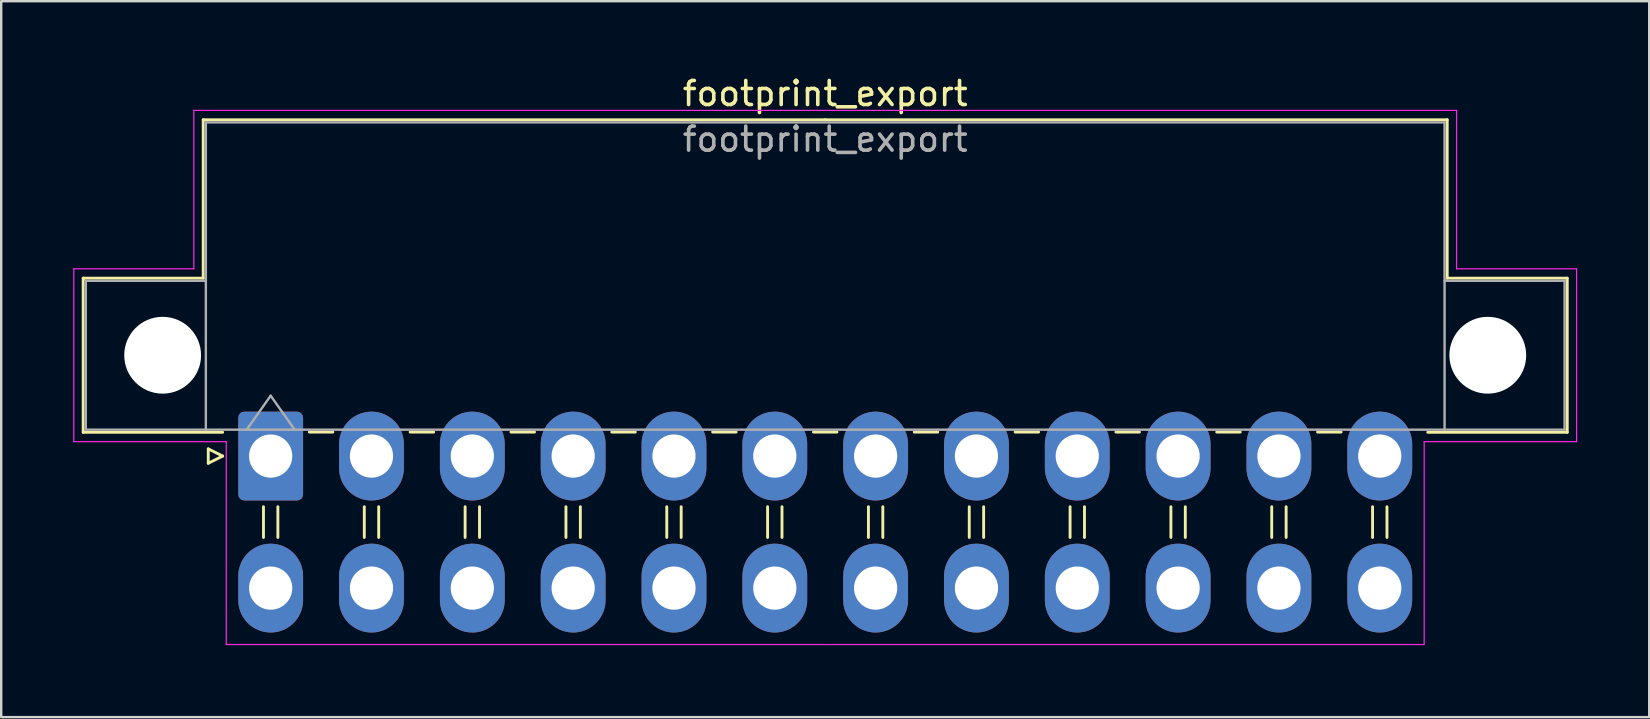
<source format=kicad_pcb>
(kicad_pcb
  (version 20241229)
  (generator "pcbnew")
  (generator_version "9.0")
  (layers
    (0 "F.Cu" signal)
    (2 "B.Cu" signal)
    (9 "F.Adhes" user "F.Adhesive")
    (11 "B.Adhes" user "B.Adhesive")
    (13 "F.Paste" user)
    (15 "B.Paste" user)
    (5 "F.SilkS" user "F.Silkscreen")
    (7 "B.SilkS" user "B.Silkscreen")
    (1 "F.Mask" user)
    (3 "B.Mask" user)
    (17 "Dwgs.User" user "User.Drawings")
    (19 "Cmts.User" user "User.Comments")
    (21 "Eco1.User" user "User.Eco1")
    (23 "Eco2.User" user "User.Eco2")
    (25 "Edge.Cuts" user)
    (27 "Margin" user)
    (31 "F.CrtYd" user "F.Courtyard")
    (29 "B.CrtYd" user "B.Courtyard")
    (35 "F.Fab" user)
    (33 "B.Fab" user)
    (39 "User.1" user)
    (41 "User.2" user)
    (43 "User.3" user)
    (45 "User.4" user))
  (footprint "footprint_export"
    (layer "F.Cu")
    (at 8.225 15.948)
    (property "Reference" "footprint_export" (at 23.1 -15.1 0) (layer "F.SilkS") (effects (font (size 1 1) (thickness 0.15))))
    (attr through_hole)
    (fp_line (start -7.81 -7.41) (end -7.81 -0.99) (stroke (width 0.12) (type solid)) (layer "F.SilkS"))
    (fp_line (start -7.81 -0.99) (end -2 -0.99) (stroke (width 0.12) (type solid)) (layer "F.SilkS"))
    (fp_line (start -2.81 -14.01) (end -2.81 -7.41) (stroke (width 0.12) (type solid)) (layer "F.SilkS"))
    (fp_line (start -2.81 -7.41) (end -7.81 -7.41) (stroke (width 0.12) (type solid)) (layer "F.SilkS"))
    (fp_line (start -2.6 -0.3) (end -2 0) (stroke (width 0.12) (type solid)) (layer "F.SilkS"))
    (fp_line (start -2.6 0.3) (end -2.6 -0.3) (stroke (width 0.12) (type solid)) (layer "F.SilkS"))
    (fp_line (start -2 0) (end -2.6 0.3) (stroke (width 0.12) (type solid)) (layer "F.SilkS"))
    (fp_line (start -0.3 2.11) (end -0.3 3.39) (stroke (width 0.12) (type solid)) (layer "F.SilkS"))
    (fp_line (start 0.3 2.11) (end 0.3 3.39) (stroke (width 0.12) (type solid)) (layer "F.SilkS"))
    (fp_line (start 1.61 -1) (end 2.59 -1) (stroke (width 0.12) (type solid)) (layer "F.SilkS"))
    (fp_line (start 3.9 2.11) (end 3.9 3.39) (stroke (width 0.12) (type solid)) (layer "F.SilkS"))
    (fp_line (start 4.5 2.11) (end 4.5 3.39) (stroke (width 0.12) (type solid)) (layer "F.SilkS"))
    (fp_line (start 5.81 -1) (end 6.79 -1) (stroke (width 0.12) (type solid)) (layer "F.SilkS"))
    (fp_line (start 8.1 2.11) (end 8.1 3.39) (stroke (width 0.12) (type solid)) (layer "F.SilkS"))
    (fp_line (start 8.7 2.11) (end 8.7 3.39) (stroke (width 0.12) (type solid)) (layer "F.SilkS"))
    (fp_line (start 10.01 -1) (end 10.99 -1) (stroke (width 0.12) (type solid)) (layer "F.SilkS"))
    (fp_line (start 12.3 2.11) (end 12.3 3.39) (stroke (width 0.12) (type solid)) (layer "F.SilkS"))
    (fp_line (start 12.9 2.11) (end 12.9 3.39) (stroke (width 0.12) (type solid)) (layer "F.SilkS"))
    (fp_line (start 14.21 -1) (end 15.19 -1) (stroke (width 0.12) (type solid)) (layer "F.SilkS"))
    (fp_line (start 16.5 2.11) (end 16.5 3.39) (stroke (width 0.12) (type solid)) (layer "F.SilkS"))
    (fp_line (start 17.1 2.11) (end 17.1 3.39) (stroke (width 0.12) (type solid)) (layer "F.SilkS"))
    (fp_line (start 18.41 -1) (end 19.39 -1) (stroke (width 0.12) (type solid)) (layer "F.SilkS"))
    (fp_line (start 20.7 2.11) (end 20.7 3.39) (stroke (width 0.12) (type solid)) (layer "F.SilkS"))
    (fp_line (start 21.3 2.11) (end 21.3 3.39) (stroke (width 0.12) (type solid)) (layer "F.SilkS"))
    (fp_line (start 22.61 -1) (end 23.59 -1) (stroke (width 0.12) (type solid)) (layer "F.SilkS"))
    (fp_line (start 23.1 -14.01) (end -2.81 -14.01) (stroke (width 0.12) (type solid)) (layer "F.SilkS"))
    (fp_line (start 23.1 -14.01) (end 49.01 -14.01) (stroke (width 0.12) (type solid)) (layer "F.SilkS"))
    (fp_line (start 24.9 2.11) (end 24.9 3.39) (stroke (width 0.12) (type solid)) (layer "F.SilkS"))
    (fp_line (start 25.5 2.11) (end 25.5 3.39) (stroke (width 0.12) (type solid)) (layer "F.SilkS"))
    (fp_line (start 26.81 -1) (end 27.79 -1) (stroke (width 0.12) (type solid)) (layer "F.SilkS"))
    (fp_line (start 29.1 2.11) (end 29.1 3.39) (stroke (width 0.12) (type solid)) (layer "F.SilkS"))
    (fp_line (start 29.7 2.11) (end 29.7 3.39) (stroke (width 0.12) (type solid)) (layer "F.SilkS"))
    (fp_line (start 31.01 -1) (end 31.99 -1) (stroke (width 0.12) (type solid)) (layer "F.SilkS"))
    (fp_line (start 33.3 2.11) (end 33.3 3.39) (stroke (width 0.12) (type solid)) (layer "F.SilkS"))
    (fp_line (start 33.9 2.11) (end 33.9 3.39) (stroke (width 0.12) (type solid)) (layer "F.SilkS"))
    (fp_line (start 35.21 -1) (end 36.19 -1) (stroke (width 0.12) (type solid)) (layer "F.SilkS"))
    (fp_line (start 37.5 2.11) (end 37.5 3.39) (stroke (width 0.12) (type solid)) (layer "F.SilkS"))
    (fp_line (start 38.1 2.11) (end 38.1 3.39) (stroke (width 0.12) (type solid)) (layer "F.SilkS"))
    (fp_line (start 39.41 -1) (end 40.39 -1) (stroke (width 0.12) (type solid)) (layer "F.SilkS"))
    (fp_line (start 41.7 2.11) (end 41.7 3.39) (stroke (width 0.12) (type solid)) (layer "F.SilkS"))
    (fp_line (start 42.3 2.11) (end 42.3 3.39) (stroke (width 0.12) (type solid)) (layer "F.SilkS"))
    (fp_line (start 43.61 -1) (end 44.59 -1) (stroke (width 0.12) (type solid)) (layer "F.SilkS"))
    (fp_line (start 45.9 2.11) (end 45.9 3.39) (stroke (width 0.12) (type solid)) (layer "F.SilkS"))
    (fp_line (start 46.5 2.11) (end 46.5 3.39) (stroke (width 0.12) (type solid)) (layer "F.SilkS"))
    (fp_line (start 49.01 -14.01) (end 49.01 -7.41) (stroke (width 0.12) (type solid)) (layer "F.SilkS"))
    (fp_line (start 49.01 -7.41) (end 54.01 -7.41) (stroke (width 0.12) (type solid)) (layer "F.SilkS"))
    (fp_line (start 54.01 -7.41) (end 54.01 -0.99) (stroke (width 0.12) (type solid)) (layer "F.SilkS"))
    (fp_line (start 54.01 -0.99) (end 48.2 -0.99) (stroke (width 0.12) (type solid)) (layer "F.SilkS"))
    (fp_line (start -8.2 -7.8) (end -8.2 -0.6) (stroke (width 0.05) (type solid)) (layer "F.CrtYd"))
    (fp_line (start -8.2 -0.6) (end -1.85 -0.6) (stroke (width 0.05) (type solid)) (layer "F.CrtYd"))
    (fp_line (start -3.2 -14.4) (end -3.2 -7.8) (stroke (width 0.05) (type solid)) (layer "F.CrtYd"))
    (fp_line (start -3.2 -7.8) (end -8.2 -7.8) (stroke (width 0.05) (type solid)) (layer "F.CrtYd"))
    (fp_line (start -1.85 -0.6) (end -1.85 7.85) (stroke (width 0.05) (type solid)) (layer "F.CrtYd"))
    (fp_line (start -1.85 7.85) (end 23.1 7.85) (stroke (width 0.05) (type solid)) (layer "F.CrtYd"))
    (fp_line (start 23.1 -14.4) (end -3.2 -14.4) (stroke (width 0.05) (type solid)) (layer "F.CrtYd"))
    (fp_line (start 23.1 -14.4) (end 49.4 -14.4) (stroke (width 0.05) (type solid)) (layer "F.CrtYd"))
    (fp_line (start 48.05 -0.6) (end 48.05 7.85) (stroke (width 0.05) (type solid)) (layer "F.CrtYd"))
    (fp_line (start 48.05 7.85) (end 23.1 7.85) (stroke (width 0.05) (type solid)) (layer "F.CrtYd"))
    (fp_line (start 49.4 -14.4) (end 49.4 -7.8) (stroke (width 0.05) (type solid)) (layer "F.CrtYd"))
    (fp_line (start 49.4 -7.8) (end 54.4 -7.8) (stroke (width 0.05) (type solid)) (layer "F.CrtYd"))
    (fp_line (start 54.4 -7.8) (end 54.4 -0.6) (stroke (width 0.05) (type solid)) (layer "F.CrtYd"))
    (fp_line (start 54.4 -0.6) (end 48.05 -0.6) (stroke (width 0.05) (type solid)) (layer "F.CrtYd"))
    (fp_line (start -7.7 -7.3) (end -7.7 -1.1) (stroke (width 0.1) (type solid)) (layer "F.Fab"))
    (fp_line (start -7.7 -1.1) (end -2.7 -1.1) (stroke (width 0.1) (type solid)) (layer "F.Fab"))
    (fp_line (start -2.7 -13.9) (end -2.7 -1.1) (stroke (width 0.1) (type solid)) (layer "F.Fab"))
    (fp_line (start -2.7 -7.3) (end -7.7 -7.3) (stroke (width 0.1) (type solid)) (layer "F.Fab"))
    (fp_line (start -2.7 -1.1) (end 48.9 -1.1) (stroke (width 0.1) (type solid)) (layer "F.Fab"))
    (fp_line (start -1 -1.1) (end 0 -2.514) (stroke (width 0.1) (type solid)) (layer "F.Fab"))
    (fp_line (start 0 -2.514) (end 1 -1.1) (stroke (width 0.1) (type solid)) (layer "F.Fab"))
    (fp_line (start 48.9 -13.9) (end -2.7 -13.9) (stroke (width 0.1) (type solid)) (layer "F.Fab"))
    (fp_line (start 48.9 -7.3) (end 53.9 -7.3) (stroke (width 0.1) (type solid)) (layer "F.Fab"))
    (fp_line (start 48.9 -1.1) (end 48.9 -13.9) (stroke (width 0.1) (type solid)) (layer "F.Fab"))
    (fp_line (start 53.9 -7.3) (end 53.9 -1.1) (stroke (width 0.1) (type solid)) (layer "F.Fab"))
    (fp_line (start 53.9 -1.1) (end 48.9 -1.1) (stroke (width 0.1) (type solid)) (layer "F.Fab"))
    (fp_text user "${REFERENCE}" (at 23.1 -13.2 0) (layer "F.Fab") (effects (font (size 1 1) (thickness 0.15))))
    (pad "" np_thru_hole circle (at -4.5 -4.2) (size 3.2 3.2) (drill 3.2) (layers "*.Cu" "*.Mask"))
    (pad "" np_thru_hole circle (at 50.7 -4.2) (size 3.2 3.2) (drill 3.2) (layers "*.Cu" "*.Mask"))
    (pad "1" thru_hole roundrect (at 0 0) (size 2.7 3.7) (drill 1.8) (layers "*.Cu" "*.Mask") (roundrect_rratio 0.093))
    (pad "2" thru_hole oval (at 4.2 0) (size 2.7 3.7) (drill 1.8) (layers "*.Cu" "*.Mask"))
    (pad "3" thru_hole oval (at 8.4 0) (size 2.7 3.7) (drill 1.8) (layers "*.Cu" "*.Mask"))
    (pad "4" thru_hole oval (at 12.6 0) (size 2.7 3.7) (drill 1.8) (layers "*.Cu" "*.Mask"))
    (pad "5" thru_hole oval (at 16.8 0) (size 2.7 3.7) (drill 1.8) (layers "*.Cu" "*.Mask"))
    (pad "6" thru_hole oval (at 21 0) (size 2.7 3.7) (drill 1.8) (layers "*.Cu" "*.Mask"))
    (pad "7" thru_hole oval (at 25.2 0) (size 2.7 3.7) (drill 1.8) (layers "*.Cu" "*.Mask"))
    (pad "8" thru_hole oval (at 29.4 0) (size 2.7 3.7) (drill 1.8) (layers "*.Cu" "*.Mask"))
    (pad "9" thru_hole oval (at 33.6 0) (size 2.7 3.7) (drill 1.8) (layers "*.Cu" "*.Mask"))
    (pad "10" thru_hole oval (at 37.8 0) (size 2.7 3.7) (drill 1.8) (layers "*.Cu" "*.Mask"))
    (pad "11" thru_hole oval (at 42 0) (size 2.7 3.7) (drill 1.8) (layers "*.Cu" "*.Mask"))
    (pad "12" thru_hole oval (at 46.2 0) (size 2.7 3.7) (drill 1.8) (layers "*.Cu" "*.Mask"))
    (pad "13" thru_hole oval (at 0 5.5) (size 2.7 3.7) (drill 1.8) (layers "*.Cu" "*.Mask"))
    (pad "14" thru_hole oval (at 4.2 5.5) (size 2.7 3.7) (drill 1.8) (layers "*.Cu" "*.Mask"))
    (pad "15" thru_hole oval (at 8.4 5.5) (size 2.7 3.7) (drill 1.8) (layers "*.Cu" "*.Mask"))
    (pad "16" thru_hole oval (at 12.6 5.5) (size 2.7 3.7) (drill 1.8) (layers "*.Cu" "*.Mask"))
    (pad "17" thru_hole oval (at 16.8 5.5) (size 2.7 3.7) (drill 1.8) (layers "*.Cu" "*.Mask"))
    (pad "18" thru_hole oval (at 21 5.5) (size 2.7 3.7) (drill 1.8) (layers "*.Cu" "*.Mask"))
    (pad "19" thru_hole oval (at 25.2 5.5) (size 2.7 3.7) (drill 1.8) (layers "*.Cu" "*.Mask"))
    (pad "20" thru_hole oval (at 29.4 5.5) (size 2.7 3.7) (drill 1.8) (layers "*.Cu" "*.Mask"))
    (pad "21" thru_hole oval (at 33.6 5.5) (size 2.7 3.7) (drill 1.8) (layers "*.Cu" "*.Mask"))
    (pad "22" thru_hole oval (at 37.8 5.5) (size 2.7 3.7) (drill 1.8) (layers "*.Cu" "*.Mask"))
    (pad "23" thru_hole oval (at 42 5.5) (size 2.7 3.7) (drill 1.8) (layers "*.Cu" "*.Mask"))
    (pad "24" thru_hole oval (at 46.2 5.5) (size 2.7 3.7) (drill 1.8) (layers "*.Cu" "*.Mask")))
  (gr_rect
    (start -3 -3)
    (end 65.65 26.823)
    (stroke (width 0.1) (type default))
    (fill no)
    (layer "Edge.Cuts")))
</source>
